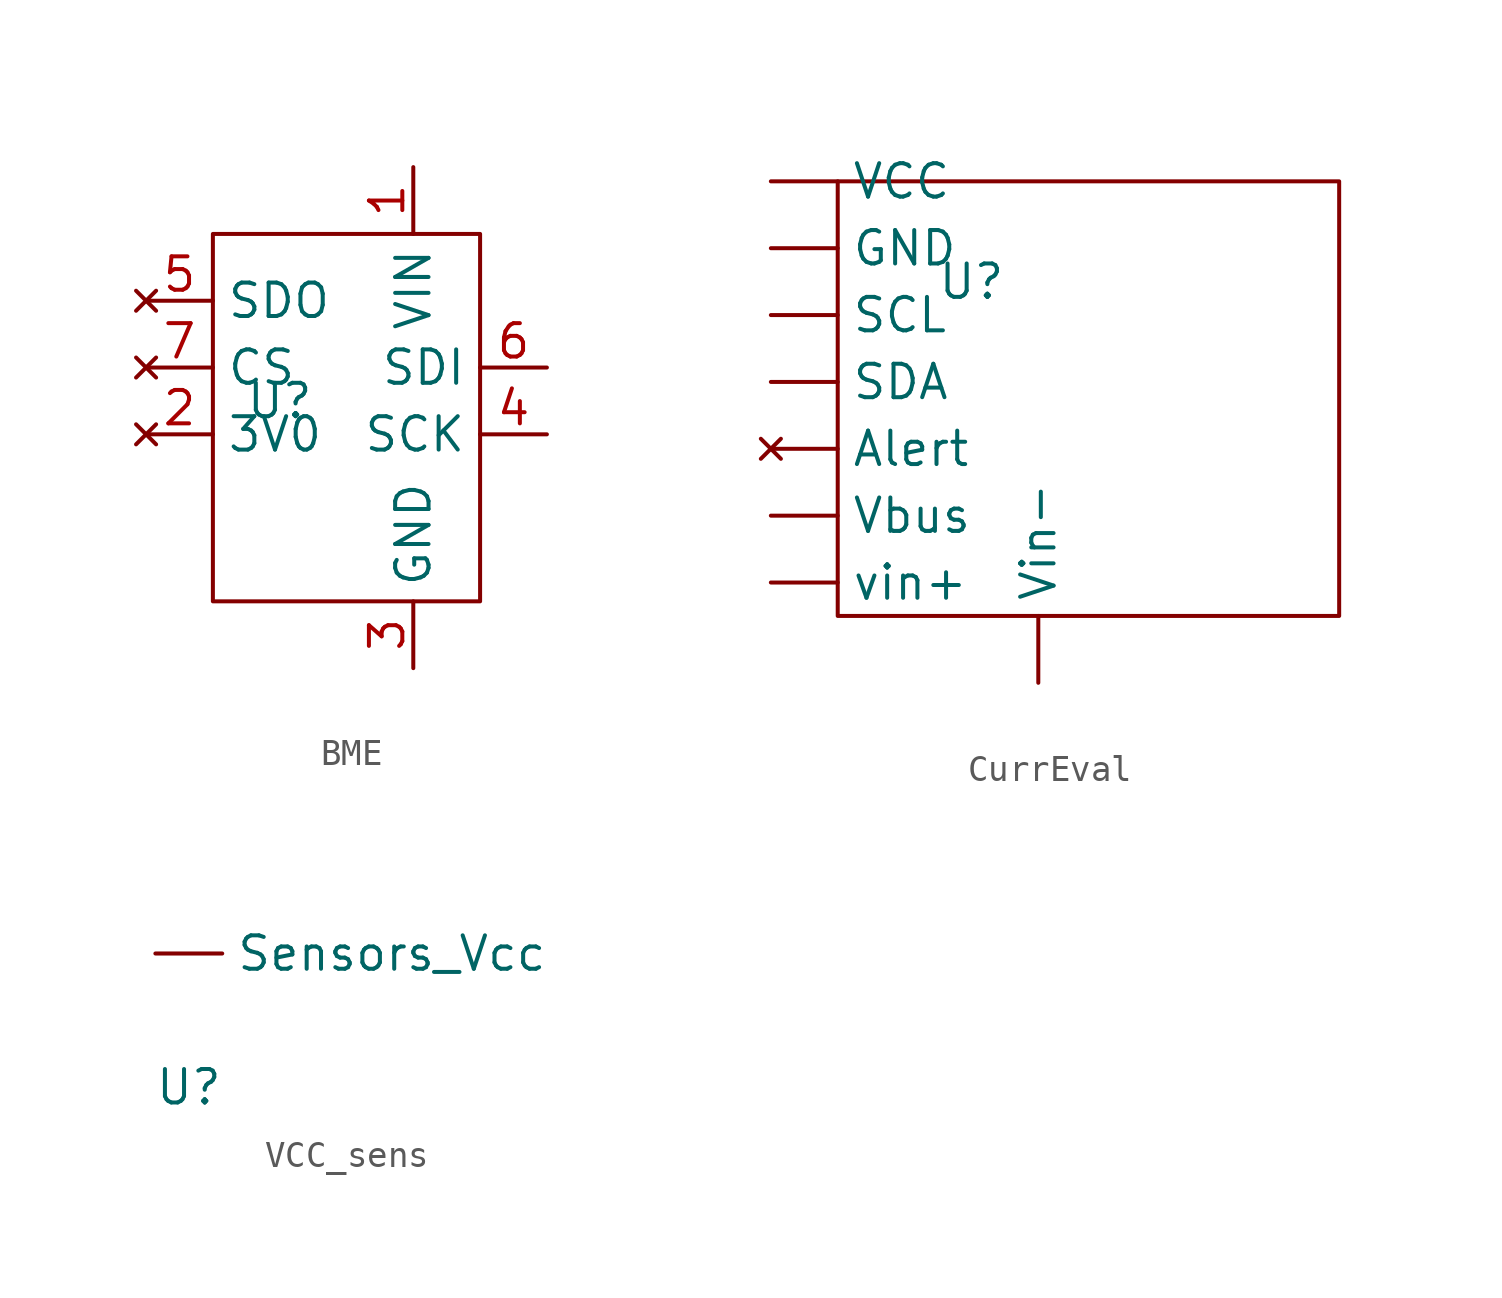
<source format=kicad_sym>
(kicad_symbol_lib
  (version 20241209)
  (generator "kicad_symbol_editor")
  (generator_version "9.0")
  (symbol "BME"
    (property "Reference" "U"
      (at 0 0 0)
      (effects (font (size 1.27 1.27))))
    (property "Value" ""
      (at 0 0 0)
      (effects (font (size 1.27 1.27))))
    (symbol "BME_0_1"
      (rectangle (start -2.54 6.35) (end 7.62 -7.62) (stroke (width 0) (type default)) (fill (type none))))
    (symbol "BME_1_1"
      (pin no_connect line (at -5.08 3.81 0) (length 2.54) (name "SDO" (effects (font (size 1.27 1.27)))) (number "5" (effects (font (size 1.27 1.27)))))
      (pin no_connect line (at -5.08 1.27 0) (length 2.54) (name "CS" (effects (font (size 1.27 1.27)))) (number "7" (effects (font (size 1.27 1.27)))))
      (pin no_connect line (at -5.08 -1.27 0) (length 2.54) (name "3V0" (effects (font (size 1.27 1.27)))) (number "2" (effects (font (size 1.27 1.27)))))
      (pin input line (at 5.08 8.89 270) (length 2.54) (name "VIN" (effects (font (size 1.27 1.27)))) (number "1" (effects (font (size 1.27 1.27)))))
      (pin input line (at 5.08 -10.16 90) (length 2.54) (name "GND" (effects (font (size 1.27 1.27)))) (number "3" (effects (font (size 1.27 1.27)))))
      (pin output line (at 10.16 1.27 180) (length 2.54) (name "SDI" (effects (font (size 1.27 1.27)))) (number "6" (effects (font (size 1.27 1.27)))))
      (pin input line (at 10.16 -1.27 180) (length 2.54) (name "SCK" (effects (font (size 1.27 1.27)))) (number "4" (effects (font (size 1.27 1.27)))))))
  (symbol "CurrEval"
    (property "Reference" "U"
      (at 0 0 0)
      (effects (font (size 1.27 1.27))))
    (property "Value" ""
      (at 0 0 0)
      (effects (font (size 1.27 1.27))))
    (symbol "CurrEval_0_1"
      (rectangle (start -5.08 3.81) (end 13.97 -12.7) (stroke (width 0) (type default)) (fill (type none))))
    (symbol "CurrEval_1_1"
      (pin input line (at -7.62 3.81 0) (length 2.54) (name "VCC" (effects (font (size 1.27 1.27)))) (number "" (effects (font (size 1.27 1.27)))))
      (pin input line (at -7.62 1.27 0) (length 2.54) (name "GND" (effects (font (size 1.27 1.27)))) (number "" (effects (font (size 1.27 1.27)))))
      (pin input line (at -7.62 -1.27 0) (length 2.54) (name "SCL" (effects (font (size 1.27 1.27)))) (number "" (effects (font (size 1.27 1.27)))))
      (pin output line (at -7.62 -3.81 0) (length 2.54) (name "SDA" (effects (font (size 1.27 1.27)))) (number "" (effects (font (size 1.27 1.27)))))
      (pin no_connect line (at -7.62 -6.35 0) (length 2.54) (name "Alert" (effects (font (size 1.27 1.27)))) (number "" (effects (font (size 1.27 1.27)))))
      (pin output line (at -7.62 -8.89 0) (length 2.54) (name "Vbus" (effects (font (size 1.27 1.27)))) (number "" (effects (font (size 1.27 1.27)))))
      (pin input line (at -7.62 -11.43 0) (length 2.54) (name "vin+" (effects (font (size 1.27 1.27)))) (number "" (effects (font (size 1.27 1.27)))))
      (pin input line (at 2.54 -15.24 90) (length 2.54) (name "Vin-" (effects (font (size 1.27 1.27)))) (number "" (effects (font (size 1.27 1.27)))))))
  (symbol "VCC_sens"
    (power)
    (property "Reference" "U"
      (at 0 0 0)
      (effects (font (size 1.27 1.27))))
    (property "Value" ""
      (at 0 0 0)
      (effects (font (size 1.27 1.27))))
    (symbol "VCC_sens_1_1"
      (pin input line (at -1.27 5.08 0) (length 2.54) (name "Sensors_Vcc" (effects (font (size 1.27 1.27)))) (number "" (effects (font (size 1.27 1.27))))))))
</source>
